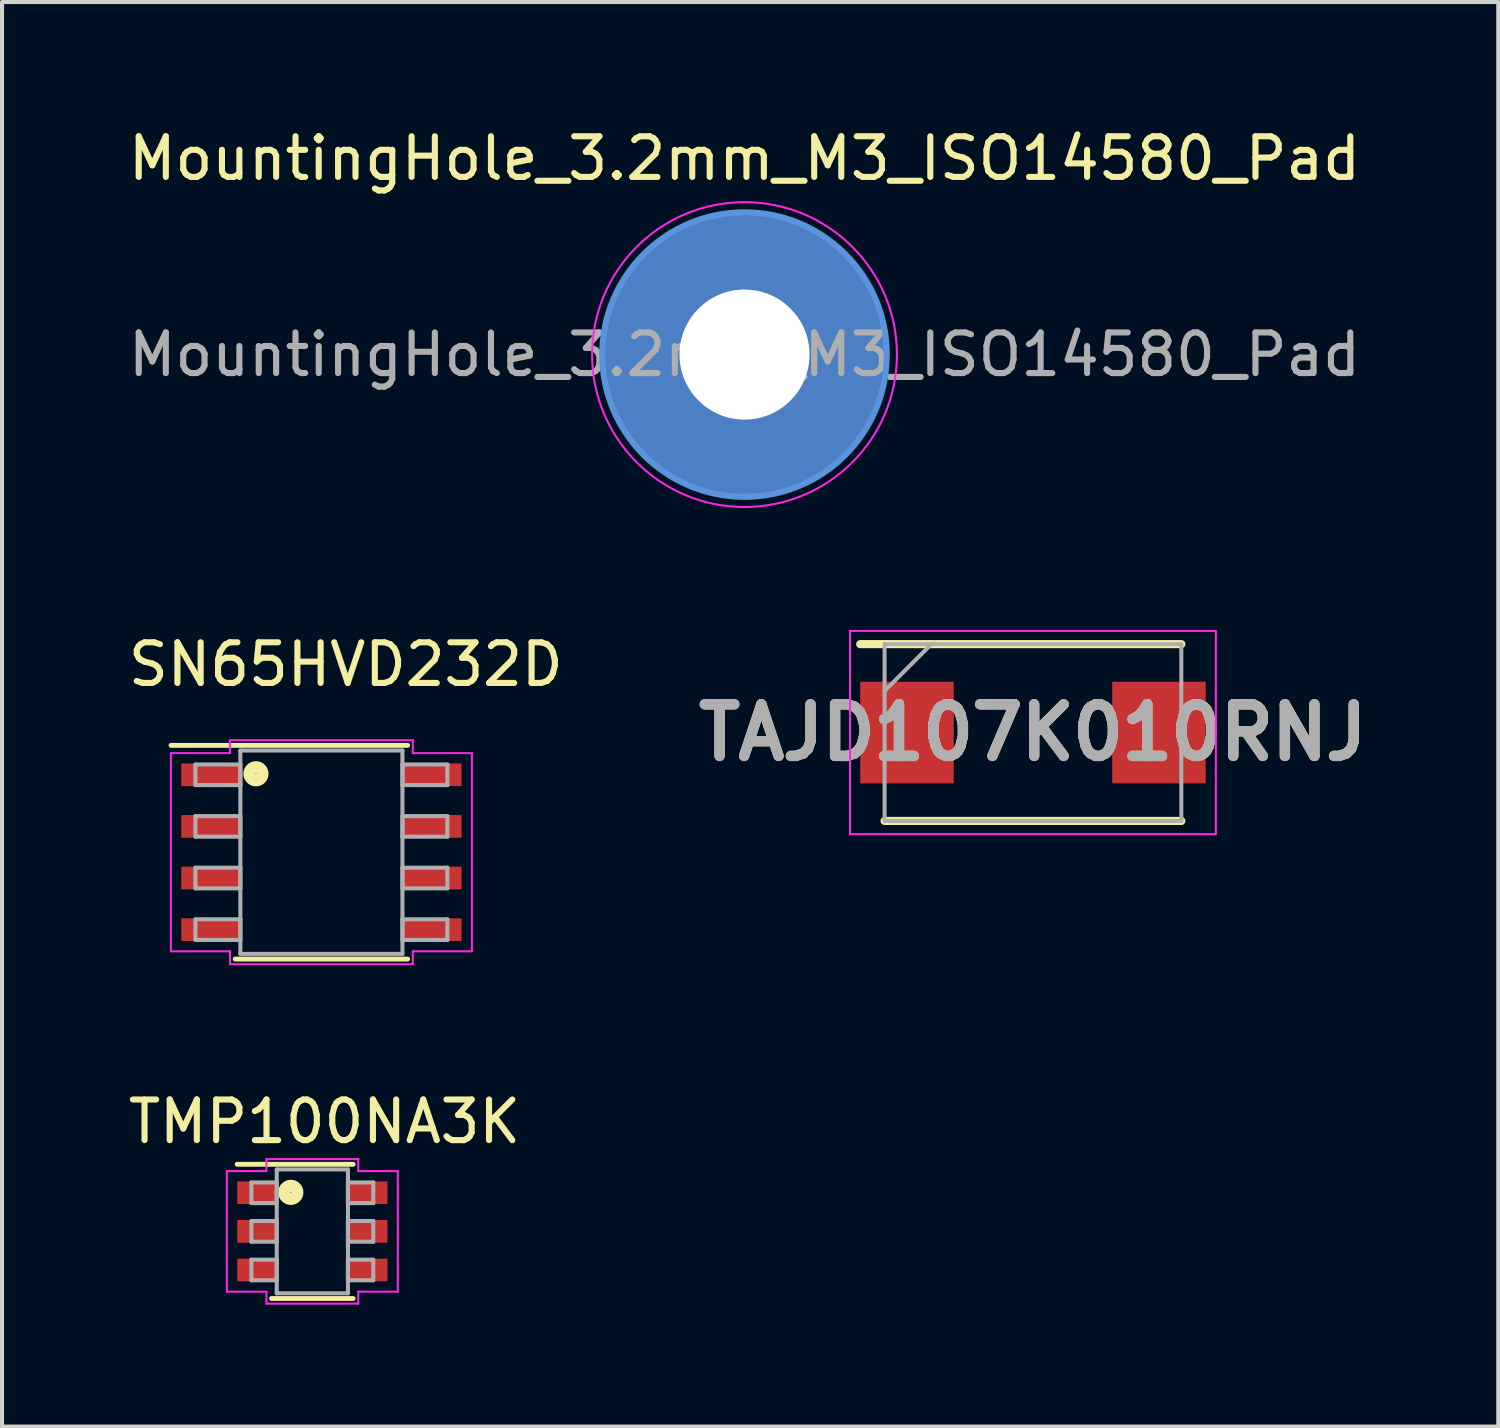
<source format=kicad_pcb>
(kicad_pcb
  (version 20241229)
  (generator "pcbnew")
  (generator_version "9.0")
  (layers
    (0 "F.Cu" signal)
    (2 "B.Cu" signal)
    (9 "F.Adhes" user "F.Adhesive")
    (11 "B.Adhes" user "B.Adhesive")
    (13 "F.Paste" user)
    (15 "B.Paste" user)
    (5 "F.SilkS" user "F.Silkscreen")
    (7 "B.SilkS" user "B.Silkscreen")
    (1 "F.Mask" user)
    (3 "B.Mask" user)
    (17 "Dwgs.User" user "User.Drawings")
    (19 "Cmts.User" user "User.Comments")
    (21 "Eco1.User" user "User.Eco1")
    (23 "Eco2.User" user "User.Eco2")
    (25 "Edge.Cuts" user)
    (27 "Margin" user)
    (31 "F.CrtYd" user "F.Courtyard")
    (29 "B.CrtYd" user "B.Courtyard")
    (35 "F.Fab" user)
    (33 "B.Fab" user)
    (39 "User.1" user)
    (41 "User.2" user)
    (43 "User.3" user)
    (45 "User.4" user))
  (footprint "MountingHole_3.2mm_M3_ISO14580_Pad"
    (layer "F.Cu")
    (at 15.268 5.674)
    (property "Reference" "MountingHole_3.2mm_M3_ISO14580_Pad" (at 0 -4.826 0) (layer "F.SilkS") (effects (font (size 1 1) (thickness 0.15))))
    (attr exclude_from_pos_files exclude_from_bom)
    (fp_circle (center 0 0) (end 3.5 0) (stroke (width 0.15) (type solid)) (fill no) (layer "Cmts.User"))
    (fp_circle (center 0 0) (end 3.75 0) (stroke (width 0.05) (type solid)) (fill no) (layer "F.CrtYd"))
    (fp_text user "${REFERENCE}" (at 0 0 0) (layer "F.Fab") (effects (font (size 1 1) (thickness 0.15))))
    (pad "1" thru_hole circle (at 0 0) (size 7 7) (drill 3.2) (layers "*.Cu" "*.Mask")))
  (footprint "TMP100NA3K"
    (layer "F.Cu")
    (at 4.635 27.247)
    (property "Reference" "TMP100NA3K" (at 0.3 -2.7 0) (layer "F.SilkS") (effects (font (size 1 1) (thickness 0.15))))
    (attr through_hole)
    (fp_line (start -1.003 1.651) (end 1.003 1.651) (stroke (width 0.12) (type solid)) (layer "F.SilkS"))
    (fp_line (start 1.003 -1.651) (end -1.85 -1.651) (stroke (width 0.12) (type solid)) (layer "F.SilkS"))
    (fp_circle (center -0.53 -0.96) (end -0.54 -0.96) (stroke (width 0.3) (type solid)) (fill no) (layer "F.SilkS"))
    (fp_line (start -2.103 -1.483) (end -1.13 -1.483) (stroke (width 0.05) (type solid)) (layer "F.CrtYd"))
    (fp_line (start -2.103 1.483) (end -2.103 -1.483) (stroke (width 0.05) (type solid)) (layer "F.CrtYd"))
    (fp_line (start -1.13 -1.778) (end 1.13 -1.778) (stroke (width 0.05) (type solid)) (layer "F.CrtYd"))
    (fp_line (start -1.13 -1.483) (end -1.13 -1.778) (stroke (width 0.05) (type solid)) (layer "F.CrtYd"))
    (fp_line (start -1.13 1.483) (end -2.103 1.483) (stroke (width 0.05) (type solid)) (layer "F.CrtYd"))
    (fp_line (start -1.13 1.778) (end -1.13 1.483) (stroke (width 0.05) (type solid)) (layer "F.CrtYd"))
    (fp_line (start -1.13 1.778) (end 1.13 1.778) (stroke (width 0.05) (type solid)) (layer "F.CrtYd"))
    (fp_line (start 1.13 -1.778) (end 1.13 -1.483) (stroke (width 0.05) (type solid)) (layer "F.CrtYd"))
    (fp_line (start 1.13 1.483) (end 1.13 1.778) (stroke (width 0.05) (type solid)) (layer "F.CrtYd"))
    (fp_line (start 2.103 -1.483) (end 1.13 -1.483) (stroke (width 0.05) (type solid)) (layer "F.CrtYd"))
    (fp_line (start 2.103 -1.483) (end 2.103 1.483) (stroke (width 0.05) (type solid)) (layer "F.CrtYd"))
    (fp_line (start 2.103 1.483) (end 1.13 1.483) (stroke (width 0.05) (type solid)) (layer "F.CrtYd"))
    (fp_line (start -1.499 -1.204) (end -1.499 -0.696) (stroke (width 0.1) (type solid)) (layer "F.Fab"))
    (fp_line (start -1.499 -0.696) (end -0.876 -0.696) (stroke (width 0.1) (type solid)) (layer "F.Fab"))
    (fp_line (start -1.499 -0.254) (end -1.499 0.254) (stroke (width 0.1) (type solid)) (layer "F.Fab"))
    (fp_line (start -1.499 0.254) (end -0.876 0.254) (stroke (width 0.1) (type solid)) (layer "F.Fab"))
    (fp_line (start -1.499 0.696) (end -1.499 1.204) (stroke (width 0.1) (type solid)) (layer "F.Fab"))
    (fp_line (start -1.499 1.204) (end -0.876 1.204) (stroke (width 0.1) (type solid)) (layer "F.Fab"))
    (fp_line (start -0.876 -1.524) (end -0.876 1.524) (stroke (width 0.1) (type solid)) (layer "F.Fab"))
    (fp_line (start -0.876 -1.204) (end -1.499 -1.204) (stroke (width 0.1) (type solid)) (layer "F.Fab"))
    (fp_line (start -0.876 -0.696) (end -0.876 -1.204) (stroke (width 0.1) (type solid)) (layer "F.Fab"))
    (fp_line (start -0.876 -0.254) (end -1.499 -0.254) (stroke (width 0.1) (type solid)) (layer "F.Fab"))
    (fp_line (start -0.876 0.254) (end -0.876 -0.254) (stroke (width 0.1) (type solid)) (layer "F.Fab"))
    (fp_line (start -0.876 0.696) (end -1.499 0.696) (stroke (width 0.1) (type solid)) (layer "F.Fab"))
    (fp_line (start -0.876 1.204) (end -0.876 0.696) (stroke (width 0.1) (type solid)) (layer "F.Fab"))
    (fp_line (start -0.876 1.524) (end 0.876 1.524) (stroke (width 0.1) (type solid)) (layer "F.Fab"))
    (fp_line (start 0.876 -1.524) (end -0.876 -1.524) (stroke (width 0.1) (type solid)) (layer "F.Fab"))
    (fp_line (start 0.876 -1.204) (end 0.876 -0.696) (stroke (width 0.1) (type solid)) (layer "F.Fab"))
    (fp_line (start 0.876 -0.696) (end 1.499 -0.696) (stroke (width 0.1) (type solid)) (layer "F.Fab"))
    (fp_line (start 0.876 -0.254) (end 0.876 0.254) (stroke (width 0.1) (type solid)) (layer "F.Fab"))
    (fp_line (start 0.876 0.254) (end 1.499 0.254) (stroke (width 0.1) (type solid)) (layer "F.Fab"))
    (fp_line (start 0.876 0.696) (end 0.876 1.204) (stroke (width 0.1) (type solid)) (layer "F.Fab"))
    (fp_line (start 0.876 1.204) (end 1.499 1.204) (stroke (width 0.1) (type solid)) (layer "F.Fab"))
    (fp_line (start 0.876 1.524) (end 0.876 -1.524) (stroke (width 0.1) (type solid)) (layer "F.Fab"))
    (fp_line (start 1.499 -1.204) (end 0.876 -1.204) (stroke (width 0.1) (type solid)) (layer "F.Fab"))
    (fp_line (start 1.499 -0.696) (end 1.499 -1.204) (stroke (width 0.1) (type solid)) (layer "F.Fab"))
    (fp_line (start 1.499 -0.254) (end 0.876 -0.254) (stroke (width 0.1) (type solid)) (layer "F.Fab"))
    (fp_line (start 1.499 0.254) (end 1.499 -0.254) (stroke (width 0.1) (type solid)) (layer "F.Fab"))
    (fp_line (start 1.499 0.696) (end 0.876 0.696) (stroke (width 0.1) (type solid)) (layer "F.Fab"))
    (fp_line (start 1.499 1.204) (end 1.499 0.696) (stroke (width 0.1) (type solid)) (layer "F.Fab"))
    (pad "1" smd rect (at -1.362 -0.95) (size 0.972 0.558) (layers "F.Cu" "F.Mask" "F.Paste"))
    (pad "2" smd rect (at -1.362 0) (size 0.972 0.558) (layers "F.Cu" "F.Mask" "F.Paste"))
    (pad "3" smd rect (at -1.362 0.95) (size 0.972 0.558) (layers "F.Cu" "F.Mask" "F.Paste"))
    (pad "4" smd rect (at 1.362 0.95) (size 0.972 0.558) (layers "F.Cu" "F.Mask" "F.Paste"))
    (pad "5" smd rect (at 1.362 0) (size 0.972 0.558) (layers "F.Cu" "F.Mask" "F.Paste"))
    (pad "6" smd rect (at 1.362 -0.95) (size 0.972 0.558) (layers "F.Cu" "F.Mask" "F.Paste")))
  (footprint "SN65HVD232D"
    (layer "F.Cu")
    (at 4.858 17.918)
    (property "Reference" "SN65HVD232D" (at 0.6 -4.62 0) (layer "F.SilkS") (effects (font (size 1 1) (thickness 0.15))))
    (attr through_hole)
    (fp_line (start -2.121 2.629) (end 2.121 2.629) (stroke (width 0.12) (type solid)) (layer "F.SilkS"))
    (fp_line (start 2.121 -2.629) (end -3.7 -2.629) (stroke (width 0.12) (type solid)) (layer "F.SilkS"))
    (fp_circle (center -1.61 -1.93) (end -1.62 -1.93) (stroke (width 0.3) (type solid)) (fill no) (layer "F.SilkS"))
    (fp_line (start -3.703 -2.438) (end -2.248 -2.438) (stroke (width 0.05) (type solid)) (layer "F.CrtYd"))
    (fp_line (start -3.703 2.438) (end -3.703 -2.438) (stroke (width 0.05) (type solid)) (layer "F.CrtYd"))
    (fp_line (start -3.703 2.438) (end -2.248 2.438) (stroke (width 0.05) (type solid)) (layer "F.CrtYd"))
    (fp_line (start -2.248 -2.756) (end 2.248 -2.756) (stroke (width 0.05) (type solid)) (layer "F.CrtYd"))
    (fp_line (start -2.248 -2.438) (end -2.248 -2.756) (stroke (width 0.05) (type solid)) (layer "F.CrtYd"))
    (fp_line (start -2.248 2.756) (end -2.248 2.438) (stroke (width 0.05) (type solid)) (layer "F.CrtYd"))
    (fp_line (start 2.248 -2.756) (end 2.248 -2.438) (stroke (width 0.05) (type solid)) (layer "F.CrtYd"))
    (fp_line (start 2.248 -2.438) (end 3.703 -2.438) (stroke (width 0.05) (type solid)) (layer "F.CrtYd"))
    (fp_line (start 2.248 2.438) (end 2.248 2.756) (stroke (width 0.05) (type solid)) (layer "F.CrtYd"))
    (fp_line (start 2.248 2.756) (end -2.248 2.756) (stroke (width 0.05) (type solid)) (layer "F.CrtYd"))
    (fp_line (start 3.703 -2.438) (end 3.703 2.438) (stroke (width 0.05) (type solid)) (layer "F.CrtYd"))
    (fp_line (start 3.703 2.438) (end 2.248 2.438) (stroke (width 0.05) (type solid)) (layer "F.CrtYd"))
    (fp_line (start -3.099 -2.159) (end -3.099 -1.651) (stroke (width 0.1) (type solid)) (layer "F.Fab"))
    (fp_line (start -3.099 -1.651) (end -1.994 -1.651) (stroke (width 0.1) (type solid)) (layer "F.Fab"))
    (fp_line (start -3.099 -0.889) (end -3.099 -0.381) (stroke (width 0.1) (type solid)) (layer "F.Fab"))
    (fp_line (start -3.099 -0.381) (end -1.994 -0.381) (stroke (width 0.1) (type solid)) (layer "F.Fab"))
    (fp_line (start -3.099 0.381) (end -3.099 0.889) (stroke (width 0.1) (type solid)) (layer "F.Fab"))
    (fp_line (start -3.099 0.889) (end -1.994 0.889) (stroke (width 0.1) (type solid)) (layer "F.Fab"))
    (fp_line (start -3.099 1.651) (end -3.099 2.159) (stroke (width 0.1) (type solid)) (layer "F.Fab"))
    (fp_line (start -3.099 2.159) (end -1.994 2.159) (stroke (width 0.1) (type solid)) (layer "F.Fab"))
    (fp_line (start -1.994 -2.502) (end -1.994 2.502) (stroke (width 0.1) (type solid)) (layer "F.Fab"))
    (fp_line (start -1.994 -2.159) (end -3.099 -2.159) (stroke (width 0.1) (type solid)) (layer "F.Fab"))
    (fp_line (start -1.994 -1.651) (end -1.994 -2.159) (stroke (width 0.1) (type solid)) (layer "F.Fab"))
    (fp_line (start -1.994 -0.889) (end -3.099 -0.889) (stroke (width 0.1) (type solid)) (layer "F.Fab"))
    (fp_line (start -1.994 -0.381) (end -1.994 -0.889) (stroke (width 0.1) (type solid)) (layer "F.Fab"))
    (fp_line (start -1.994 0.381) (end -3.099 0.381) (stroke (width 0.1) (type solid)) (layer "F.Fab"))
    (fp_line (start -1.994 0.889) (end -1.994 0.381) (stroke (width 0.1) (type solid)) (layer "F.Fab"))
    (fp_line (start -1.994 1.651) (end -3.099 1.651) (stroke (width 0.1) (type solid)) (layer "F.Fab"))
    (fp_line (start -1.994 2.159) (end -1.994 1.651) (stroke (width 0.1) (type solid)) (layer "F.Fab"))
    (fp_line (start -1.994 2.502) (end 1.994 2.502) (stroke (width 0.1) (type solid)) (layer "F.Fab"))
    (fp_line (start 1.994 -2.502) (end -1.994 -2.502) (stroke (width 0.1) (type solid)) (layer "F.Fab"))
    (fp_line (start 1.994 -2.159) (end 1.994 -1.651) (stroke (width 0.1) (type solid)) (layer "F.Fab"))
    (fp_line (start 1.994 -1.651) (end 3.099 -1.651) (stroke (width 0.1) (type solid)) (layer "F.Fab"))
    (fp_line (start 1.994 -0.889) (end 1.994 -0.381) (stroke (width 0.1) (type solid)) (layer "F.Fab"))
    (fp_line (start 1.994 -0.381) (end 3.099 -0.381) (stroke (width 0.1) (type solid)) (layer "F.Fab"))
    (fp_line (start 1.994 0.381) (end 1.994 0.889) (stroke (width 0.1) (type solid)) (layer "F.Fab"))
    (fp_line (start 1.994 0.889) (end 3.099 0.889) (stroke (width 0.1) (type solid)) (layer "F.Fab"))
    (fp_line (start 1.994 1.651) (end 1.994 2.159) (stroke (width 0.1) (type solid)) (layer "F.Fab"))
    (fp_line (start 1.994 2.159) (end 3.099 2.159) (stroke (width 0.1) (type solid)) (layer "F.Fab"))
    (fp_line (start 1.994 2.502) (end 1.994 -2.502) (stroke (width 0.1) (type solid)) (layer "F.Fab"))
    (fp_line (start 3.099 -2.159) (end 1.994 -2.159) (stroke (width 0.1) (type solid)) (layer "F.Fab"))
    (fp_line (start 3.099 -1.651) (end 3.099 -2.159) (stroke (width 0.1) (type solid)) (layer "F.Fab"))
    (fp_line (start 3.099 -0.889) (end 1.994 -0.889) (stroke (width 0.1) (type solid)) (layer "F.Fab"))
    (fp_line (start 3.099 -0.381) (end 3.099 -0.889) (stroke (width 0.1) (type solid)) (layer "F.Fab"))
    (fp_line (start 3.099 0.381) (end 1.994 0.381) (stroke (width 0.1) (type solid)) (layer "F.Fab"))
    (fp_line (start 3.099 0.889) (end 3.099 0.381) (stroke (width 0.1) (type solid)) (layer "F.Fab"))
    (fp_line (start 3.099 1.651) (end 1.994 1.651) (stroke (width 0.1) (type solid)) (layer "F.Fab"))
    (fp_line (start 3.099 2.159) (end 3.099 1.651) (stroke (width 0.1) (type solid)) (layer "F.Fab"))
    (pad "1" smd rect (at -2.721 -1.905) (size 1.455 0.558) (layers "F.Cu" "F.Mask" "F.Paste"))
    (pad "2" smd rect (at -2.721 -0.635) (size 1.455 0.558) (layers "F.Cu" "F.Mask" "F.Paste"))
    (pad "3" smd rect (at -2.721 0.635) (size 1.455 0.558) (layers "F.Cu" "F.Mask" "F.Paste"))
    (pad "4" smd rect (at -2.721 1.905) (size 1.455 0.558) (layers "F.Cu" "F.Mask" "F.Paste"))
    (pad "5" smd rect (at 2.721 1.905) (size 1.455 0.558) (layers "F.Cu" "F.Mask" "F.Paste"))
    (pad "6" smd rect (at 2.721 0.635) (size 1.455 0.558) (layers "F.Cu" "F.Mask" "F.Paste"))
    (pad "7" smd rect (at 2.721 -0.635) (size 1.455 0.558) (layers "F.Cu" "F.Mask" "F.Paste"))
    (pad "8" smd rect (at 2.721 -1.905) (size 1.455 0.558) (layers "F.Cu" "F.Mask" "F.Paste")))
  (footprint "TAJD107K010RNJ"
    (layer "F.Cu")
    (at 22.365 14.974)
    (property "Reference" "TAJD107K010RNJ" (at 0 0 0) (layer "F.SilkS") (effects (font (size 1.27 1.27) (thickness 0.254))))
    (attr smd)
    (fp_line (start -3.65 2.175) (end 3.65 2.175) (stroke (width 0.2) (type solid)) (layer "F.SilkS"))
    (fp_line (start 3.65 -2.175) (end -4.25 -2.175) (stroke (width 0.2) (type solid)) (layer "F.SilkS"))
    (fp_line (start -4.5 -2.5) (end 4.5 -2.5) (stroke (width 0.05) (type solid)) (layer "F.CrtYd"))
    (fp_line (start -4.5 2.5) (end -4.5 -2.5) (stroke (width 0.05) (type solid)) (layer "F.CrtYd"))
    (fp_line (start 4.5 -2.5) (end 4.5 2.5) (stroke (width 0.05) (type solid)) (layer "F.CrtYd"))
    (fp_line (start 4.5 2.5) (end -4.5 2.5) (stroke (width 0.05) (type solid)) (layer "F.CrtYd"))
    (fp_line (start -3.65 -2.175) (end 3.65 -2.175) (stroke (width 0.1) (type solid)) (layer "F.Fab"))
    (fp_line (start -3.65 -1.025) (end -2.5 -2.175) (stroke (width 0.1) (type solid)) (layer "F.Fab"))
    (fp_line (start -3.65 2.175) (end -3.65 -2.175) (stroke (width 0.1) (type solid)) (layer "F.Fab"))
    (fp_line (start 3.65 -2.175) (end 3.65 2.175) (stroke (width 0.1) (type solid)) (layer "F.Fab"))
    (fp_line (start 3.65 2.175) (end -3.65 2.175) (stroke (width 0.1) (type solid)) (layer "F.Fab"))
    (fp_text user "${REFERENCE}" (at 0 0 0) (layer "F.Fab") (effects (font (size 1.27 1.27) (thickness 0.254))))
    (pad "1" smd rect (at -3.1 0) (size 2.3 2.5) (layers "F.Cu" "F.Mask" "F.Paste"))
    (pad "2" smd rect (at 3.1 0) (size 2.3 2.5) (layers "F.Cu" "F.Mask" "F.Paste")))
  (gr_rect
    (start -3 -3)
    (end 33.814 32.05)
    (stroke (width 0.1) (type default))
    (fill no)
    (layer "Edge.Cuts")))
</source>
